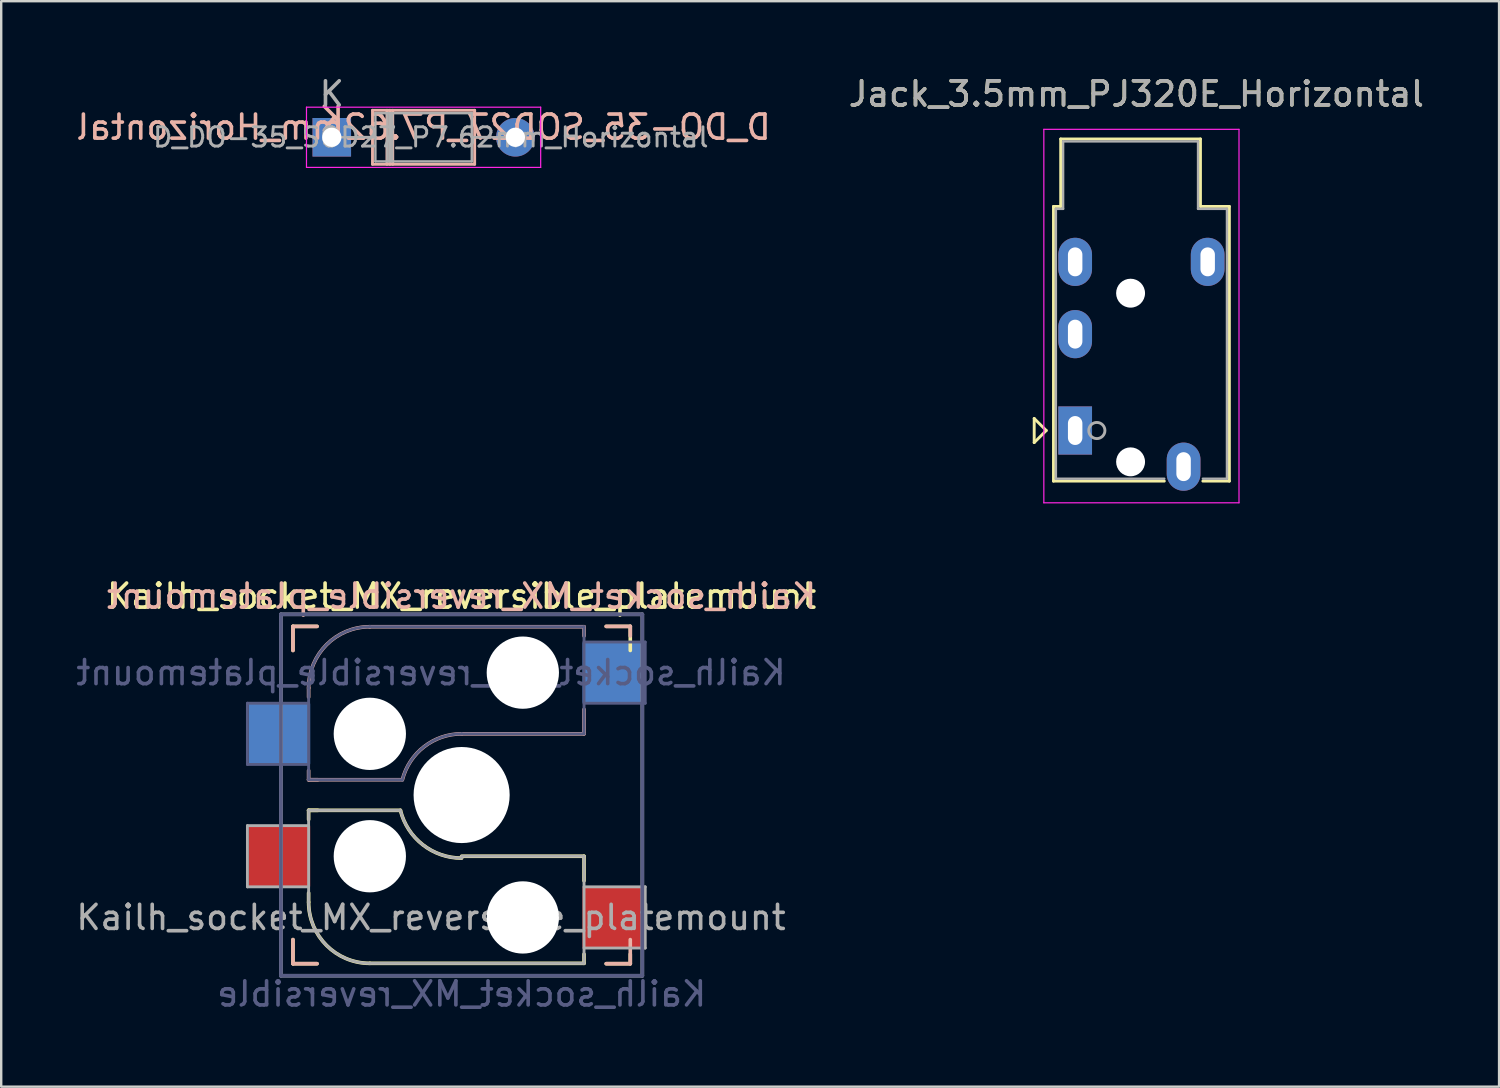
<source format=kicad_pcb>
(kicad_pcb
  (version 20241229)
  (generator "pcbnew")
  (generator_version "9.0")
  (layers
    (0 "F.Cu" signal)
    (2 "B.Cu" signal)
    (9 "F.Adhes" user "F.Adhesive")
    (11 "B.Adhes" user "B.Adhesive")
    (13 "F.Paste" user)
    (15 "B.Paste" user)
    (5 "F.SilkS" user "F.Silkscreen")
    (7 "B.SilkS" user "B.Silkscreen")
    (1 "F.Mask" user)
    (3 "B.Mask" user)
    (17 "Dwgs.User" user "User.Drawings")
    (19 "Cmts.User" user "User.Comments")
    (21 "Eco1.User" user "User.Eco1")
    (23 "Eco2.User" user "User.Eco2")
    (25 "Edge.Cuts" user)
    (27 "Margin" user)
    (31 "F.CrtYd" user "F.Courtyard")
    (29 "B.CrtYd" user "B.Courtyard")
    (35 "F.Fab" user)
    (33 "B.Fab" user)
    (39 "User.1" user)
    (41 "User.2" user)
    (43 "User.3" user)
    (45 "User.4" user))
  (footprint "Jack_3.5mm_PJ320E_Horizontal"
    (layer "F.Cu")
    (at 41.573 14.818)
    (property "Reference" "Jack_3.5mm_PJ320E_Horizontal" (at 2.54 -13.97 0) (layer "F.SilkS") (effects (font (size 1 1) (thickness 0.15))))
    (attr through_hole)
    (fp_line (start -1.7 -0.5) (end -1.7 0.5) (stroke (width 0.12) (type solid)) (layer "F.SilkS"))
    (fp_line (start -1.7 0.5) (end -1.2 0) (stroke (width 0.12) (type solid)) (layer "F.SilkS"))
    (fp_line (start -1.2 0) (end -1.7 -0.5) (stroke (width 0.12) (type solid)) (layer "F.SilkS"))
    (fp_line (start -0.9 -9.3) (end -0.9 2.1) (stroke (width 0.12) (type solid)) (layer "F.SilkS"))
    (fp_line (start -0.9 -9.3) (end -0.6 -9.3) (stroke (width 0.12) (type solid)) (layer "F.SilkS"))
    (fp_line (start -0.9 2.1) (end 3.7 2.1) (stroke (width 0.12) (type solid)) (layer "F.SilkS"))
    (fp_line (start -0.6 -9.3) (end -0.6 -12.1) (stroke (width 0.12) (type solid)) (layer "F.SilkS"))
    (fp_line (start 5.2 -12.1) (end -0.6 -12.1) (stroke (width 0.12) (type solid)) (layer "F.SilkS"))
    (fp_line (start 5.2 -9.3) (end 5.2 -12.1) (stroke (width 0.12) (type solid)) (layer "F.SilkS"))
    (fp_line (start 5.2 -9.3) (end 6.4 -9.3) (stroke (width 0.12) (type solid)) (layer "F.SilkS"))
    (fp_line (start 6.4 -9.3) (end 6.4 2.1) (stroke (width 0.12) (type solid)) (layer "F.SilkS"))
    (fp_line (start 6.4 2.1) (end 5.3 2.1) (stroke (width 0.12) (type solid)) (layer "F.SilkS"))
    (fp_line (start -1.3 -12.5) (end -1.3 3) (stroke (width 0.05) (type solid)) (layer "F.CrtYd"))
    (fp_line (start -1.3 -12.5) (end 6.8 -12.5) (stroke (width 0.05) (type solid)) (layer "F.CrtYd"))
    (fp_line (start -1.3 3) (end 6.8 3) (stroke (width 0.05) (type solid)) (layer "F.CrtYd"))
    (fp_line (start 6.8 -12.5) (end 6.8 3) (stroke (width 0.05) (type solid)) (layer "F.CrtYd"))
    (fp_line (start -0.8 -9.2) (end -0.5 -9.2) (stroke (width 0.1) (type solid)) (layer "F.Fab"))
    (fp_line (start -0.8 2) (end -0.8 -9.2) (stroke (width 0.1) (type solid)) (layer "F.Fab"))
    (fp_line (start -0.5 -12) (end 5.1 -12) (stroke (width 0.1) (type solid)) (layer "F.Fab"))
    (fp_line (start -0.5 -9.2) (end -0.5 -12) (stroke (width 0.1) (type solid)) (layer "F.Fab"))
    (fp_line (start 3.7 2) (end -0.8 2) (stroke (width 0.1) (type solid)) (layer "F.Fab"))
    (fp_line (start 5.1 -12) (end 5.1 -9.2) (stroke (width 0.1) (type solid)) (layer "F.Fab"))
    (fp_line (start 5.1 -9.2) (end 6.3 -9.2) (stroke (width 0.1) (type solid)) (layer "F.Fab"))
    (fp_line (start 6.3 -9.2) (end 6.3 2) (stroke (width 0.1) (type solid)) (layer "F.Fab"))
    (fp_line (start 6.3 2) (end 5.3 2) (stroke (width 0.1) (type solid)) (layer "F.Fab"))
    (fp_circle (center 0.9 0) (end 1.2 0.15) (stroke (width 0.12) (type solid)) (fill no) (layer "F.Fab"))
    (fp_text user "${REFERENCE}" (at 2.54 -13.97 0) (layer "F.Fab") (effects (font (size 1 1) (thickness 0.15))))
    (pad "" np_thru_hole circle (at 2.3 -5.7 270) (size 1.2 1.2) (drill 1.2) (layers "*.Cu" "*.Mask"))
    (pad "" np_thru_hole circle (at 2.3 1.3 270) (size 1.2 1.2) (drill 1.2) (layers "*.Cu" "*.Mask"))
    (pad "" thru_hole oval (at 5.5 -7 270) (size 2 1.4) (drill oval 1.2 0.6) (layers "*.Cu" "*.Mask"))
    (pad "1" thru_hole oval (at 4.5 1.5 270) (size 2 1.4) (drill oval 1.2 0.6) (layers "*.Cu" "*.Mask"))
    (pad "2" thru_hole rect (at 0 0 270) (size 2 1.4) (drill oval 1.2 0.6) (layers "*.Cu" "*.Mask"))
    (pad "3" thru_hole oval (at 0 -4 270) (size 2 1.4) (drill oval 1.2 0.6) (layers "*.Cu" "*.Mask"))
    (pad "4" thru_hole oval (at 0 -7 270) (size 2 1.4) (drill oval 1.2 0.6) (layers "*.Cu" "*.Mask")))
  (footprint "D_DO-35_SOD27_P7.62mm_Horizontal"
    (layer "F.Cu")
    (at 10.72 2.648)
    (property "Reference" "D_DO-35_SOD27_P7.62mm_Horizontal" (at 3.81 -0.42 0) (layer "B.SilkS") (effects (font (size 1 1) (thickness 0.15)) (justify mirror)))
    (attr through_hole)
    (fp_line (start 1.04 0) (end 1.69 0) (stroke (width 0.12) (type solid)) (layer "B.SilkS"))
    (fp_line (start 1.69 -1.12) (end 5.93 -1.12) (stroke (width 0.12) (type solid)) (layer "B.SilkS"))
    (fp_line (start 1.69 1.12) (end 1.69 -1.12) (stroke (width 0.12) (type solid)) (layer "B.SilkS"))
    (fp_line (start 2.29 1.12) (end 2.29 -1.12) (stroke (width 0.12) (type solid)) (layer "B.SilkS"))
    (fp_line (start 2.41 1.12) (end 2.41 -1.12) (stroke (width 0.12) (type solid)) (layer "B.SilkS"))
    (fp_line (start 2.53 1.12) (end 2.53 -1.12) (stroke (width 0.12) (type solid)) (layer "B.SilkS"))
    (fp_line (start 5.93 -1.12) (end 5.93 1.12) (stroke (width 0.12) (type solid)) (layer "B.SilkS"))
    (fp_line (start 5.93 1.12) (end 1.69 1.12) (stroke (width 0.12) (type solid)) (layer "B.SilkS"))
    (fp_line (start 6.58 0) (end 5.93 0) (stroke (width 0.12) (type solid)) (layer "B.SilkS"))
    (fp_line (start -1.05 -1.25) (end -1.05 1.25) (stroke (width 0.05) (type solid)) (layer "F.CrtYd"))
    (fp_line (start -1.05 1.25) (end 8.67 1.25) (stroke (width 0.05) (type solid)) (layer "F.CrtYd"))
    (fp_line (start 8.67 -1.25) (end -1.05 -1.25) (stroke (width 0.05) (type solid)) (layer "F.CrtYd"))
    (fp_line (start 8.67 1.25) (end 8.67 -1.25) (stroke (width 0.05) (type solid)) (layer "F.CrtYd"))
    (fp_line (start 0 0) (end 1.81 0) (stroke (width 0.1) (type solid)) (layer "F.Fab"))
    (fp_line (start 1.81 -1) (end 1.81 1) (stroke (width 0.1) (type solid)) (layer "F.Fab"))
    (fp_line (start 1.81 1) (end 5.81 1) (stroke (width 0.1) (type solid)) (layer "F.Fab"))
    (fp_line (start 2.31 -1) (end 2.31 1) (stroke (width 0.1) (type solid)) (layer "F.Fab"))
    (fp_line (start 2.41 -1) (end 2.41 1) (stroke (width 0.1) (type solid)) (layer "F.Fab"))
    (fp_line (start 2.51 -1) (end 2.51 1) (stroke (width 0.1) (type solid)) (layer "F.Fab"))
    (fp_line (start 5.81 -1) (end 1.81 -1) (stroke (width 0.1) (type solid)) (layer "F.Fab"))
    (fp_line (start 5.81 1) (end 5.81 -1) (stroke (width 0.1) (type solid)) (layer "F.Fab"))
    (fp_line (start 7.62 0) (end 5.81 0) (stroke (width 0.1) (type solid)) (layer "F.Fab"))
    (fp_text user "K" (at 0 -0.74 0) (layer "B.SilkS") (effects (font (size 1 1) (thickness 0.15)) (justify mirror)))
    (fp_text user "K" (at 0 -1.8 0) (layer "F.Fab") (effects (font (size 1 1) (thickness 0.15))))
    (fp_text user "${REFERENCE}" (at 4.11 0 0) (layer "F.Fab") (effects (font (size 0.8 0.8) (thickness 0.12))))
    (pad "1" thru_hole rect (at 0 0) (size 1.6 1.6) (drill 0.8) (layers "*.Cu" "*.Mask"))
    (pad "2" thru_hole oval (at 7.62 0) (size 1.6 1.6) (drill 0.8) (layers "*.Cu" "*.Mask")))
  (footprint "Kailh_socket_MX_reversible_platemount"
    (layer "F.Cu")
    (at 16.109 29.947)
    (property "Reference" "Kailh_socket_MX_reversible_platemount" (at 0 -8.255 0) (layer "F.SilkS") (effects (font (size 1 1) (thickness 0.15))))
    (property "Value" "Kailh_socket_MX_reversible" (at 0 8.255 0) (layer "F.Fab") (hide yes) (effects (font (size 1 1) (thickness 0.15))))
    (attr smd)
    (fp_line (start -7 -7) (end -6 -7) (stroke (width 0.15) (type solid)) (layer "F.SilkS"))
    (fp_line (start -7 -6) (end -7 -7) (stroke (width 0.15) (type solid)) (layer "F.SilkS"))
    (fp_line (start -7 7) (end -7 6) (stroke (width 0.15) (type solid)) (layer "F.SilkS"))
    (fp_line (start -6.35 0.635) (end -5.969 0.635) (stroke (width 0.15) (type solid)) (layer "F.SilkS"))
    (fp_line (start -6.35 0.635) (end -2.54 0.635) (stroke (width 0.15) (type solid)) (layer "F.SilkS"))
    (fp_line (start -6.35 1.016) (end -6.35 0.635) (stroke (width 0.15) (type solid)) (layer "F.SilkS"))
    (fp_line (start -6.35 4.445) (end -6.35 4.064) (stroke (width 0.15) (type solid)) (layer "F.SilkS"))
    (fp_line (start -6 7) (end -7 7) (stroke (width 0.15) (type solid)) (layer "F.SilkS"))
    (fp_line (start 0 2.54) (end 5.08 2.54) (stroke (width 0.15) (type solid)) (layer "F.SilkS"))
    (fp_line (start 5.08 2.54) (end 5.08 3.556) (stroke (width 0.15) (type solid)) (layer "F.SilkS"))
    (fp_line (start 5.08 6.604) (end 5.08 6.985) (stroke (width 0.15) (type solid)) (layer "F.SilkS"))
    (fp_line (start 5.08 6.985) (end -3.81 6.985) (stroke (width 0.15) (type solid)) (layer "F.SilkS"))
    (fp_line (start 6 -7) (end 7 -7) (stroke (width 0.15) (type solid)) (layer "F.SilkS"))
    (fp_line (start 7 -7) (end 7 -6) (stroke (width 0.15) (type solid)) (layer "F.SilkS"))
    (fp_line (start 7 6.604) (end 7 7) (stroke (width 0.15) (type solid)) (layer "F.SilkS"))
    (fp_line (start 7 7) (end 6 7) (stroke (width 0.15) (type solid)) (layer "F.SilkS"))
    (fp_arc (start -3.81 6.985) (mid -5.606051 6.241051) (end -6.35 4.445) (stroke (width 0.15) (type solid)) (layer "F.SilkS"))
    (fp_arc (start -0.000001 2.618171) (mid -1.611255 2.063656) (end -2.539999 0.634999) (stroke (width 0.15) (type solid)) (layer "F.SilkS"))
    (fp_line (start -7 -7) (end -6 -7) (stroke (width 0.15) (type solid)) (layer "B.SilkS"))
    (fp_line (start -7 -6) (end -7 -7) (stroke (width 0.15) (type solid)) (layer "B.SilkS"))
    (fp_line (start -7 7) (end -7 6) (stroke (width 0.15) (type solid)) (layer "B.SilkS"))
    (fp_line (start -6.35 -4.445) (end -6.35 -4.064) (stroke (width 0.15) (type solid)) (layer "B.SilkS"))
    (fp_line (start -6.35 -1.016) (end -6.35 -0.635) (stroke (width 0.15) (type solid)) (layer "B.SilkS"))
    (fp_line (start -6.35 -0.635) (end -5.969 -0.635) (stroke (width 0.15) (type solid)) (layer "B.SilkS"))
    (fp_line (start -6.35 -0.635) (end -2.54 -0.635) (stroke (width 0.15) (type solid)) (layer "B.SilkS"))
    (fp_line (start -6 7) (end -7 7) (stroke (width 0.15) (type solid)) (layer "B.SilkS"))
    (fp_line (start 0 -2.54) (end 5.08 -2.54) (stroke (width 0.15) (type solid)) (layer "B.SilkS"))
    (fp_line (start 5.08 -6.985) (end -3.81 -6.985) (stroke (width 0.15) (type solid)) (layer "B.SilkS"))
    (fp_line (start 5.08 -6.604) (end 5.08 -6.985) (stroke (width 0.15) (type solid)) (layer "B.SilkS"))
    (fp_line (start 5.08 -2.54) (end 5.08 -3.556) (stroke (width 0.15) (type solid)) (layer "B.SilkS"))
    (fp_line (start 6 -7) (end 7 -7) (stroke (width 0.15) (type solid)) (layer "B.SilkS"))
    (fp_line (start 7 -7) (end 7 -6.604) (stroke (width 0.15) (type solid)) (layer "B.SilkS"))
    (fp_line (start 7 6) (end 7 7) (stroke (width 0.15) (type solid)) (layer "B.SilkS"))
    (fp_line (start 7 7) (end 6 7) (stroke (width 0.15) (type solid)) (layer "B.SilkS"))
    (fp_arc (start -6.35 -4.445) (mid -5.606051 -6.241051) (end -3.81 -6.985) (stroke (width 0.15) (type solid)) (layer "B.SilkS"))
    (fp_arc (start -2.461268 -0.627503) (mid -1.558484 -2.005674) (end 0 -2.54) (stroke (width 0.15) (type solid)) (layer "B.SilkS"))
    (fp_line (start -6.9 6.9) (end -6.9 -6.9) (stroke (width 0.15) (type solid)) (layer "Eco2.User"))
    (fp_line (start -6.9 6.9) (end 6.9 6.9) (stroke (width 0.15) (type solid)) (layer "Eco2.User"))
    (fp_line (start 6.9 -6.9) (end -6.9 -6.9) (stroke (width 0.15) (type solid)) (layer "Eco2.User"))
    (fp_line (start 6.9 -6.9) (end 6.9 6.9) (stroke (width 0.15) (type solid)) (layer "Eco2.User"))
    (fp_line (start -8.89 -3.81) (end -8.89 -1.27) (stroke (width 0.12) (type solid)) (layer "B.Fab"))
    (fp_line (start -8.89 -1.27) (end -6.35 -1.27) (stroke (width 0.12) (type solid)) (layer "B.Fab"))
    (fp_line (start -7.5 -7.5) (end 7.5 -7.5) (stroke (width 0.15) (type solid)) (layer "B.Fab"))
    (fp_line (start -7.5 7.5) (end -7.5 -7.5) (stroke (width 0.15) (type solid)) (layer "B.Fab"))
    (fp_line (start -6.35 -4.445) (end -6.35 -0.635) (stroke (width 0.12) (type solid)) (layer "B.Fab"))
    (fp_line (start -6.35 -3.81) (end -8.89 -3.81) (stroke (width 0.12) (type solid)) (layer "B.Fab"))
    (fp_line (start -6.35 -0.635) (end -2.54 -0.635) (stroke (width 0.12) (type solid)) (layer "B.Fab"))
    (fp_line (start 0 -2.54) (end 5.08 -2.54) (stroke (width 0.12) (type solid)) (layer "B.Fab"))
    (fp_line (start 5.08 -6.985) (end -3.81 -6.985) (stroke (width 0.12) (type solid)) (layer "B.Fab"))
    (fp_line (start 5.08 -3.81) (end 7.62 -3.81) (stroke (width 0.12) (type solid)) (layer "B.Fab"))
    (fp_line (start 5.08 -2.54) (end 5.08 -6.985) (stroke (width 0.12) (type solid)) (layer "B.Fab"))
    (fp_line (start 7.5 -7.5) (end 7.5 7.5) (stroke (width 0.15) (type solid)) (layer "B.Fab"))
    (fp_line (start 7.5 7.5) (end -7.5 7.5) (stroke (width 0.15) (type solid)) (layer "B.Fab"))
    (fp_line (start 7.62 -6.35) (end 5.08 -6.35) (stroke (width 0.12) (type solid)) (layer "B.Fab"))
    (fp_line (start 7.62 -3.81) (end 7.62 -6.35) (stroke (width 0.12) (type solid)) (layer "B.Fab"))
    (fp_arc (start -6.35 -4.445) (mid -5.606051 -6.241051) (end -3.81 -6.985) (stroke (width 0.12) (type solid)) (layer "B.Fab"))
    (fp_arc (start -2.464162 -0.61604) (mid -1.563147 -2.002042) (end 0 -2.54) (stroke (width 0.12) (type solid)) (layer "B.Fab"))
    (fp_line (start -8.89 1.27) (end -8.89 3.81) (stroke (width 0.12) (type solid)) (layer "F.Fab"))
    (fp_line (start -8.89 3.81) (end -6.35 3.81) (stroke (width 0.12) (type solid)) (layer "F.Fab"))
    (fp_line (start -7.5 -7.5) (end 7.5 -7.5) (stroke (width 0.15) (type solid)) (layer "F.Fab"))
    (fp_line (start -7.5 7.5) (end -7.5 -7.5) (stroke (width 0.15) (type solid)) (layer "F.Fab"))
    (fp_line (start -6.35 0.635) (end -6.35 4.445) (stroke (width 0.12) (type solid)) (layer "F.Fab"))
    (fp_line (start -6.35 1.27) (end -8.89 1.27) (stroke (width 0.12) (type solid)) (layer "F.Fab"))
    (fp_line (start -3.81 6.985) (end 5.08 6.985) (stroke (width 0.12) (type solid)) (layer "F.Fab"))
    (fp_line (start -2.54 0.635) (end -6.35 0.635) (stroke (width 0.12) (type solid)) (layer "F.Fab"))
    (fp_line (start 5.08 2.54) (end 0 2.54) (stroke (width 0.12) (type solid)) (layer "F.Fab"))
    (fp_line (start 5.08 6.35) (end 7.62 6.35) (stroke (width 0.12) (type solid)) (layer "F.Fab"))
    (fp_line (start 5.08 6.985) (end 5.08 2.54) (stroke (width 0.12) (type solid)) (layer "F.Fab"))
    (fp_line (start 7.5 -7.5) (end 7.5 7.5) (stroke (width 0.15) (type solid)) (layer "F.Fab"))
    (fp_line (start 7.5 7.5) (end -7.5 7.5) (stroke (width 0.15) (type solid)) (layer "F.Fab"))
    (fp_line (start 7.62 3.81) (end 5.08 3.81) (stroke (width 0.12) (type solid)) (layer "F.Fab"))
    (fp_line (start 7.62 6.35) (end 7.62 3.81) (stroke (width 0.12) (type solid)) (layer "F.Fab"))
    (fp_arc (start -3.81 6.985) (mid -5.606051 6.241051) (end -6.35 4.445) (stroke (width 0.12) (type solid)) (layer "F.Fab"))
    (fp_arc (start -0.000001 2.618171) (mid -1.611255 2.063656) (end -2.539999 0.634999) (stroke (width 0.12) (type solid)) (layer "F.Fab"))
    (fp_text user "${REFERENCE}" (at 0 -8.255 0) (layer "B.SilkS") (effects (font (size 1 1) (thickness 0.15)) (justify mirror)))
    (fp_text user "${REFERENCE}" (at -1.27 -5.08 0) (layer "B.Fab") (effects (font (size 1 1) (thickness 0.15)) (justify mirror)))
    (fp_text user "${VALUE}" (at 0 8.255 0) (layer "B.Fab") (effects (font (size 1 1) (thickness 0.15)) (justify mirror)))
    (fp_text user "${REFERENCE}" (at -1.27 5.08 0) (layer "F.Fab") (effects (font (size 1 1) (thickness 0.15))))
    (pad "" np_thru_hole circle (at -3.81 -2.54) (size 3 3) (drill 3) (layers "*.Cu" "*.Mask"))
    (pad "" np_thru_hole circle (at -3.81 2.54) (size 3 3) (drill 3) (layers "*.Cu" "*.Mask"))
    (pad "" np_thru_hole circle (at 0 0) (size 3.988 3.988) (drill 3.988) (layers "*.Cu" "*.Mask"))
    (pad "" np_thru_hole circle (at 2.54 -5.08) (size 3 3) (drill 3) (layers "*.Cu" "*.Mask"))
    (pad "" np_thru_hole circle (at 2.54 5.08) (size 3 3) (drill 3) (layers "*.Cu" "*.Mask"))
    (pad "1" smd rect (at 6.29 -5.08) (size 2.55 2.5) (layers "B.Cu" "B.Mask" "B.Paste"))
    (pad "1" smd rect (at 6.29 5.08) (size 2.55 2.5) (layers "F.Cu" "F.Mask" "F.Paste"))
    (pad "2" smd rect (at -7.56 -2.54) (size 2.55 2.5) (layers "B.Cu" "B.Mask" "B.Paste"))
    (pad "2" smd rect (at -7.56 2.54) (size 2.55 2.5) (layers "F.Cu" "F.Mask" "F.Paste")))
  (gr_rect
    (start -3 -3)
    (end 59.167 42.05)
    (stroke (width 0.1) (type default))
    (fill no)
    (layer "Edge.Cuts")))
</source>
